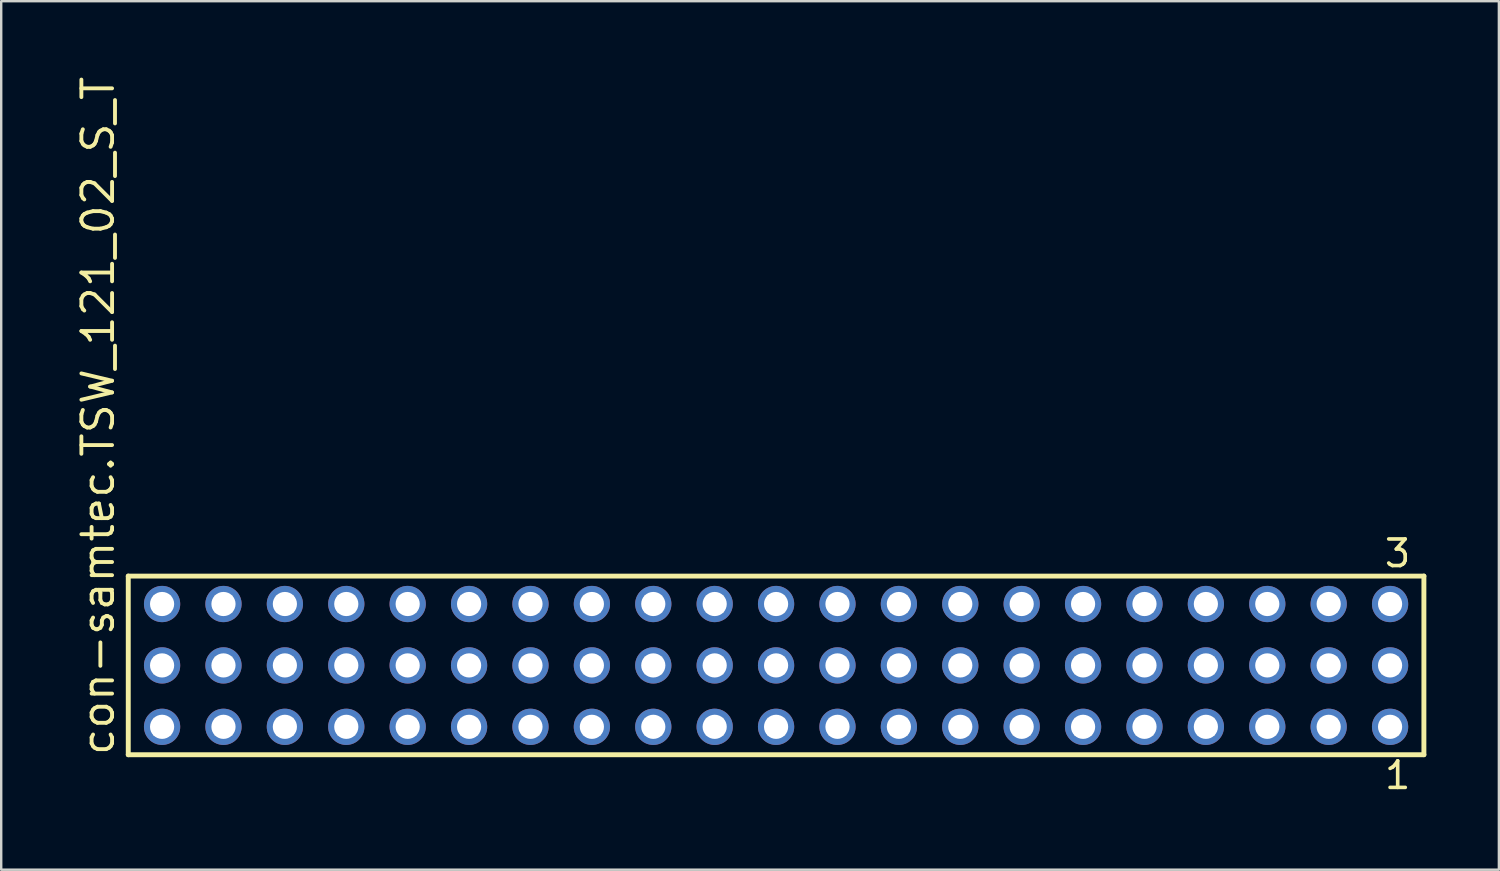
<source format=kicad_pcb>
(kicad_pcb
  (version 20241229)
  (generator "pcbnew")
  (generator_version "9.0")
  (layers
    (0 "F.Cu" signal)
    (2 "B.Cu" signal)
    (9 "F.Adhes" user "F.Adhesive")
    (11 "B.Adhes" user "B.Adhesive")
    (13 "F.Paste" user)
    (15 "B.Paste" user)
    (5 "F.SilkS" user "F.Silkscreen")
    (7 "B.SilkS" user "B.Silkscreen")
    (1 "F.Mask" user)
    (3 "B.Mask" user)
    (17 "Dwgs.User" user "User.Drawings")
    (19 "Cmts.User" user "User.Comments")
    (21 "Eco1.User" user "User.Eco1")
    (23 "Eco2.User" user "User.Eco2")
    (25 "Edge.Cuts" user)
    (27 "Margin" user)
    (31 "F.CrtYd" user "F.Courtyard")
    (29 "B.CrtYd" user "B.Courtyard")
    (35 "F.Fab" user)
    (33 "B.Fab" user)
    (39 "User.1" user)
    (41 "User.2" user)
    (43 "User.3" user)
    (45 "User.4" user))
  (footprint "con-samtec.TSW_121_02_S_T"
    (layer "F.Cu")
    (at 29.055 24.477)
    (property "Reference" "con-samtec.TSW_121_02_S_T" (at -27.305 3.81 90) (layer "F.SilkS") (effects (font (size 1.27 1.27) (thickness 0.16)) (justify left bottom)))
    (attr through_hole)
    (fp_line (start -26.799 -3.695) (end 26.799 -3.695) (stroke (width 0.203) (type default)) (layer "F.SilkS"))
    (fp_line (start -26.799 3.695) (end -26.799 -3.695) (stroke (width 0.203) (type default)) (layer "F.SilkS"))
    (fp_line (start 26.799 -3.695) (end 26.799 3.695) (stroke (width 0.203) (type default)) (layer "F.SilkS"))
    (fp_line (start 26.799 3.695) (end -26.799 3.695) (stroke (width 0.203) (type default)) (layer "F.SilkS"))
    (fp_rect (start -25.75 -2.19) (end -25.05 -2.89) (stroke (width 0.05) (type default)) (fill no) (layer "F.Fab"))
    (fp_rect (start -25.75 0.35) (end -25.05 -0.35) (stroke (width 0.05) (type default)) (fill no) (layer "F.Fab"))
    (fp_rect (start -25.75 2.89) (end -25.05 2.19) (stroke (width 0.05) (type default)) (fill no) (layer "F.Fab"))
    (fp_rect (start -23.21 -2.19) (end -22.51 -2.89) (stroke (width 0.05) (type default)) (fill no) (layer "F.Fab"))
    (fp_rect (start -23.21 0.35) (end -22.51 -0.35) (stroke (width 0.05) (type default)) (fill no) (layer "F.Fab"))
    (fp_rect (start -23.21 2.89) (end -22.51 2.19) (stroke (width 0.05) (type default)) (fill no) (layer "F.Fab"))
    (fp_rect (start -20.67 -2.19) (end -19.97 -2.89) (stroke (width 0.05) (type default)) (fill no) (layer "F.Fab"))
    (fp_rect (start -20.67 0.35) (end -19.97 -0.35) (stroke (width 0.05) (type default)) (fill no) (layer "F.Fab"))
    (fp_rect (start -20.67 2.89) (end -19.97 2.19) (stroke (width 0.05) (type default)) (fill no) (layer "F.Fab"))
    (fp_rect (start -18.13 -2.19) (end -17.43 -2.89) (stroke (width 0.05) (type default)) (fill no) (layer "F.Fab"))
    (fp_rect (start -18.13 0.35) (end -17.43 -0.35) (stroke (width 0.05) (type default)) (fill no) (layer "F.Fab"))
    (fp_rect (start -18.13 2.89) (end -17.43 2.19) (stroke (width 0.05) (type default)) (fill no) (layer "F.Fab"))
    (fp_rect (start -15.59 -2.19) (end -14.89 -2.89) (stroke (width 0.05) (type default)) (fill no) (layer "F.Fab"))
    (fp_rect (start -15.59 0.35) (end -14.89 -0.35) (stroke (width 0.05) (type default)) (fill no) (layer "F.Fab"))
    (fp_rect (start -15.59 2.89) (end -14.89 2.19) (stroke (width 0.05) (type default)) (fill no) (layer "F.Fab"))
    (fp_rect (start -13.05 -2.19) (end -12.35 -2.89) (stroke (width 0.05) (type default)) (fill no) (layer "F.Fab"))
    (fp_rect (start -13.05 0.35) (end -12.35 -0.35) (stroke (width 0.05) (type default)) (fill no) (layer "F.Fab"))
    (fp_rect (start -13.05 2.89) (end -12.35 2.19) (stroke (width 0.05) (type default)) (fill no) (layer "F.Fab"))
    (fp_rect (start -10.51 -2.19) (end -9.81 -2.89) (stroke (width 0.05) (type default)) (fill no) (layer "F.Fab"))
    (fp_rect (start -10.51 0.35) (end -9.81 -0.35) (stroke (width 0.05) (type default)) (fill no) (layer "F.Fab"))
    (fp_rect (start -10.51 2.89) (end -9.81 2.19) (stroke (width 0.05) (type default)) (fill no) (layer "F.Fab"))
    (fp_rect (start -7.97 -2.19) (end -7.27 -2.89) (stroke (width 0.05) (type default)) (fill no) (layer "F.Fab"))
    (fp_rect (start -7.97 0.35) (end -7.27 -0.35) (stroke (width 0.05) (type default)) (fill no) (layer "F.Fab"))
    (fp_rect (start -7.97 2.89) (end -7.27 2.19) (stroke (width 0.05) (type default)) (fill no) (layer "F.Fab"))
    (fp_rect (start -5.43 -2.19) (end -4.73 -2.89) (stroke (width 0.05) (type default)) (fill no) (layer "F.Fab"))
    (fp_rect (start -5.43 0.35) (end -4.73 -0.35) (stroke (width 0.05) (type default)) (fill no) (layer "F.Fab"))
    (fp_rect (start -5.43 2.89) (end -4.73 2.19) (stroke (width 0.05) (type default)) (fill no) (layer "F.Fab"))
    (fp_rect (start -2.89 -2.19) (end -2.19 -2.89) (stroke (width 0.05) (type default)) (fill no) (layer "F.Fab"))
    (fp_rect (start -2.89 0.35) (end -2.19 -0.35) (stroke (width 0.05) (type default)) (fill no) (layer "F.Fab"))
    (fp_rect (start -2.89 2.89) (end -2.19 2.19) (stroke (width 0.05) (type default)) (fill no) (layer "F.Fab"))
    (fp_rect (start -0.35 -2.19) (end 0.35 -2.89) (stroke (width 0.05) (type default)) (fill no) (layer "F.Fab"))
    (fp_rect (start -0.35 0.35) (end 0.35 -0.35) (stroke (width 0.05) (type default)) (fill no) (layer "F.Fab"))
    (fp_rect (start -0.35 2.89) (end 0.35 2.19) (stroke (width 0.05) (type default)) (fill no) (layer "F.Fab"))
    (fp_rect (start 2.19 -2.19) (end 2.89 -2.89) (stroke (width 0.05) (type default)) (fill no) (layer "F.Fab"))
    (fp_rect (start 2.19 0.35) (end 2.89 -0.35) (stroke (width 0.05) (type default)) (fill no) (layer "F.Fab"))
    (fp_rect (start 2.19 2.89) (end 2.89 2.19) (stroke (width 0.05) (type default)) (fill no) (layer "F.Fab"))
    (fp_rect (start 4.73 -2.19) (end 5.43 -2.89) (stroke (width 0.05) (type default)) (fill no) (layer "F.Fab"))
    (fp_rect (start 4.73 0.35) (end 5.43 -0.35) (stroke (width 0.05) (type default)) (fill no) (layer "F.Fab"))
    (fp_rect (start 4.73 2.89) (end 5.43 2.19) (stroke (width 0.05) (type default)) (fill no) (layer "F.Fab"))
    (fp_rect (start 7.27 -2.19) (end 7.97 -2.89) (stroke (width 0.05) (type default)) (fill no) (layer "F.Fab"))
    (fp_rect (start 7.27 0.35) (end 7.97 -0.35) (stroke (width 0.05) (type default)) (fill no) (layer "F.Fab"))
    (fp_rect (start 7.27 2.89) (end 7.97 2.19) (stroke (width 0.05) (type default)) (fill no) (layer "F.Fab"))
    (fp_rect (start 9.81 -2.19) (end 10.51 -2.89) (stroke (width 0.05) (type default)) (fill no) (layer "F.Fab"))
    (fp_rect (start 9.81 0.35) (end 10.51 -0.35) (stroke (width 0.05) (type default)) (fill no) (layer "F.Fab"))
    (fp_rect (start 9.81 2.89) (end 10.51 2.19) (stroke (width 0.05) (type default)) (fill no) (layer "F.Fab"))
    (fp_rect (start 12.35 -2.19) (end 13.05 -2.89) (stroke (width 0.05) (type default)) (fill no) (layer "F.Fab"))
    (fp_rect (start 12.35 0.35) (end 13.05 -0.35) (stroke (width 0.05) (type default)) (fill no) (layer "F.Fab"))
    (fp_rect (start 12.35 2.89) (end 13.05 2.19) (stroke (width 0.05) (type default)) (fill no) (layer "F.Fab"))
    (fp_rect (start 14.89 -2.19) (end 15.59 -2.89) (stroke (width 0.05) (type default)) (fill no) (layer "F.Fab"))
    (fp_rect (start 14.89 0.35) (end 15.59 -0.35) (stroke (width 0.05) (type default)) (fill no) (layer "F.Fab"))
    (fp_rect (start 14.89 2.89) (end 15.59 2.19) (stroke (width 0.05) (type default)) (fill no) (layer "F.Fab"))
    (fp_rect (start 17.43 -2.19) (end 18.13 -2.89) (stroke (width 0.05) (type default)) (fill no) (layer "F.Fab"))
    (fp_rect (start 17.43 0.35) (end 18.13 -0.35) (stroke (width 0.05) (type default)) (fill no) (layer "F.Fab"))
    (fp_rect (start 17.43 2.89) (end 18.13 2.19) (stroke (width 0.05) (type default)) (fill no) (layer "F.Fab"))
    (fp_rect (start 19.97 -2.19) (end 20.67 -2.89) (stroke (width 0.05) (type default)) (fill no) (layer "F.Fab"))
    (fp_rect (start 19.97 0.35) (end 20.67 -0.35) (stroke (width 0.05) (type default)) (fill no) (layer "F.Fab"))
    (fp_rect (start 19.97 2.89) (end 20.67 2.19) (stroke (width 0.05) (type default)) (fill no) (layer "F.Fab"))
    (fp_rect (start 22.51 -2.19) (end 23.21 -2.89) (stroke (width 0.05) (type default)) (fill no) (layer "F.Fab"))
    (fp_rect (start 22.51 0.35) (end 23.21 -0.35) (stroke (width 0.05) (type default)) (fill no) (layer "F.Fab"))
    (fp_rect (start 22.51 2.89) (end 23.21 2.19) (stroke (width 0.05) (type default)) (fill no) (layer "F.Fab"))
    (fp_rect (start 25.05 -2.19) (end 25.75 -2.89) (stroke (width 0.05) (type default)) (fill no) (layer "F.Fab"))
    (fp_rect (start 25.05 0.35) (end 25.75 -0.35) (stroke (width 0.05) (type default)) (fill no) (layer "F.Fab"))
    (fp_rect (start 25.05 2.89) (end 25.75 2.19) (stroke (width 0.05) (type default)) (fill no) (layer "F.Fab"))
    (fp_text user "3" (at 25.088 -3.989 0) (layer "F.SilkS") (effects (font (size 1.1 1.1) (thickness 0.15)) (justify left bottom)))
    (fp_text user "1" (at 25.092 5.188 0) (layer "F.SilkS") (effects (font (size 1.1 1.1) (thickness 0.15)) (justify left bottom)))
    (pad "1" thru_hole circle (at 25.4 2.54 180) (size 1.5 1.5) (drill 1) (layers "*.Cu" "*.Mask"))
    (pad "2" thru_hole circle (at 25.4 0 180) (size 1.5 1.5) (drill 1) (layers "*.Cu" "*.Mask"))
    (pad "3" thru_hole circle (at 25.4 -2.54 180) (size 1.5 1.5) (drill 1) (layers "*.Cu" "*.Mask"))
    (pad "4" thru_hole circle (at 22.86 2.54 180) (size 1.5 1.5) (drill 1) (layers "*.Cu" "*.Mask"))
    (pad "5" thru_hole circle (at 22.86 0 180) (size 1.5 1.5) (drill 1) (layers "*.Cu" "*.Mask"))
    (pad "6" thru_hole circle (at 22.86 -2.54 180) (size 1.5 1.5) (drill 1) (layers "*.Cu" "*.Mask"))
    (pad "7" thru_hole circle (at 20.32 2.54 180) (size 1.5 1.5) (drill 1) (layers "*.Cu" "*.Mask"))
    (pad "8" thru_hole circle (at 20.32 0 180) (size 1.5 1.5) (drill 1) (layers "*.Cu" "*.Mask"))
    (pad "9" thru_hole circle (at 20.32 -2.54 180) (size 1.5 1.5) (drill 1) (layers "*.Cu" "*.Mask"))
    (pad "10" thru_hole circle (at 17.78 2.54 180) (size 1.5 1.5) (drill 1) (layers "*.Cu" "*.Mask"))
    (pad "11" thru_hole circle (at 17.78 0 180) (size 1.5 1.5) (drill 1) (layers "*.Cu" "*.Mask"))
    (pad "12" thru_hole circle (at 17.78 -2.54 180) (size 1.5 1.5) (drill 1) (layers "*.Cu" "*.Mask"))
    (pad "13" thru_hole circle (at 15.24 2.54 180) (size 1.5 1.5) (drill 1) (layers "*.Cu" "*.Mask"))
    (pad "14" thru_hole circle (at 15.24 0 180) (size 1.5 1.5) (drill 1) (layers "*.Cu" "*.Mask"))
    (pad "15" thru_hole circle (at 15.24 -2.54 180) (size 1.5 1.5) (drill 1) (layers "*.Cu" "*.Mask"))
    (pad "16" thru_hole circle (at 12.7 2.54 180) (size 1.5 1.5) (drill 1) (layers "*.Cu" "*.Mask"))
    (pad "17" thru_hole circle (at 12.7 0 180) (size 1.5 1.5) (drill 1) (layers "*.Cu" "*.Mask"))
    (pad "18" thru_hole circle (at 12.7 -2.54 180) (size 1.5 1.5) (drill 1) (layers "*.Cu" "*.Mask"))
    (pad "19" thru_hole circle (at 10.16 2.54 180) (size 1.5 1.5) (drill 1) (layers "*.Cu" "*.Mask"))
    (pad "20" thru_hole circle (at 10.16 0 180) (size 1.5 1.5) (drill 1) (layers "*.Cu" "*.Mask"))
    (pad "21" thru_hole circle (at 10.16 -2.54 180) (size 1.5 1.5) (drill 1) (layers "*.Cu" "*.Mask"))
    (pad "22" thru_hole circle (at 7.62 2.54 180) (size 1.5 1.5) (drill 1) (layers "*.Cu" "*.Mask"))
    (pad "23" thru_hole circle (at 7.62 0 180) (size 1.5 1.5) (drill 1) (layers "*.Cu" "*.Mask"))
    (pad "24" thru_hole circle (at 7.62 -2.54 180) (size 1.5 1.5) (drill 1) (layers "*.Cu" "*.Mask"))
    (pad "25" thru_hole circle (at 5.08 2.54 180) (size 1.5 1.5) (drill 1) (layers "*.Cu" "*.Mask"))
    (pad "26" thru_hole circle (at 5.08 0 180) (size 1.5 1.5) (drill 1) (layers "*.Cu" "*.Mask"))
    (pad "27" thru_hole circle (at 5.08 -2.54 180) (size 1.5 1.5) (drill 1) (layers "*.Cu" "*.Mask"))
    (pad "28" thru_hole circle (at 2.54 2.54 180) (size 1.5 1.5) (drill 1) (layers "*.Cu" "*.Mask"))
    (pad "29" thru_hole circle (at 2.54 0 180) (size 1.5 1.5) (drill 1) (layers "*.Cu" "*.Mask"))
    (pad "30" thru_hole circle (at 2.54 -2.54 180) (size 1.5 1.5) (drill 1) (layers "*.Cu" "*.Mask"))
    (pad "31" thru_hole circle (at 0 2.54 180) (size 1.5 1.5) (drill 1) (layers "*.Cu" "*.Mask"))
    (pad "32" thru_hole circle (at 0 0 180) (size 1.5 1.5) (drill 1) (layers "*.Cu" "*.Mask"))
    (pad "33" thru_hole circle (at 0 -2.54 180) (size 1.5 1.5) (drill 1) (layers "*.Cu" "*.Mask"))
    (pad "34" thru_hole circle (at -2.54 2.54 180) (size 1.5 1.5) (drill 1) (layers "*.Cu" "*.Mask"))
    (pad "35" thru_hole circle (at -2.54 0 180) (size 1.5 1.5) (drill 1) (layers "*.Cu" "*.Mask"))
    (pad "36" thru_hole circle (at -2.54 -2.54 180) (size 1.5 1.5) (drill 1) (layers "*.Cu" "*.Mask"))
    (pad "37" thru_hole circle (at -5.08 2.54 180) (size 1.5 1.5) (drill 1) (layers "*.Cu" "*.Mask"))
    (pad "38" thru_hole circle (at -5.08 0 180) (size 1.5 1.5) (drill 1) (layers "*.Cu" "*.Mask"))
    (pad "39" thru_hole circle (at -5.08 -2.54 180) (size 1.5 1.5) (drill 1) (layers "*.Cu" "*.Mask"))
    (pad "40" thru_hole circle (at -7.62 2.54 180) (size 1.5 1.5) (drill 1) (layers "*.Cu" "*.Mask"))
    (pad "41" thru_hole circle (at -7.62 0 180) (size 1.5 1.5) (drill 1) (layers "*.Cu" "*.Mask"))
    (pad "42" thru_hole circle (at -7.62 -2.54 180) (size 1.5 1.5) (drill 1) (layers "*.Cu" "*.Mask"))
    (pad "43" thru_hole circle (at -10.16 2.54 180) (size 1.5 1.5) (drill 1) (layers "*.Cu" "*.Mask"))
    (pad "44" thru_hole circle (at -10.16 0 180) (size 1.5 1.5) (drill 1) (layers "*.Cu" "*.Mask"))
    (pad "45" thru_hole circle (at -10.16 -2.54 180) (size 1.5 1.5) (drill 1) (layers "*.Cu" "*.Mask"))
    (pad "46" thru_hole circle (at -12.7 2.54 180) (size 1.5 1.5) (drill 1) (layers "*.Cu" "*.Mask"))
    (pad "47" thru_hole circle (at -12.7 0 180) (size 1.5 1.5) (drill 1) (layers "*.Cu" "*.Mask"))
    (pad "48" thru_hole circle (at -12.7 -2.54 180) (size 1.5 1.5) (drill 1) (layers "*.Cu" "*.Mask"))
    (pad "49" thru_hole circle (at -15.24 2.54 180) (size 1.5 1.5) (drill 1) (layers "*.Cu" "*.Mask"))
    (pad "50" thru_hole circle (at -15.24 0 180) (size 1.5 1.5) (drill 1) (layers "*.Cu" "*.Mask"))
    (pad "51" thru_hole circle (at -15.24 -2.54 180) (size 1.5 1.5) (drill 1) (layers "*.Cu" "*.Mask"))
    (pad "52" thru_hole circle (at -17.78 2.54 180) (size 1.5 1.5) (drill 1) (layers "*.Cu" "*.Mask"))
    (pad "53" thru_hole circle (at -17.78 0 180) (size 1.5 1.5) (drill 1) (layers "*.Cu" "*.Mask"))
    (pad "54" thru_hole circle (at -17.78 -2.54 180) (size 1.5 1.5) (drill 1) (layers "*.Cu" "*.Mask"))
    (pad "55" thru_hole circle (at -20.32 2.54 180) (size 1.5 1.5) (drill 1) (layers "*.Cu" "*.Mask"))
    (pad "56" thru_hole circle (at -20.32 0 180) (size 1.5 1.5) (drill 1) (layers "*.Cu" "*.Mask"))
    (pad "57" thru_hole circle (at -20.32 -2.54 180) (size 1.5 1.5) (drill 1) (layers "*.Cu" "*.Mask"))
    (pad "58" thru_hole circle (at -22.86 2.54 180) (size 1.5 1.5) (drill 1) (layers "*.Cu" "*.Mask"))
    (pad "59" thru_hole circle (at -22.86 0 180) (size 1.5 1.5) (drill 1) (layers "*.Cu" "*.Mask"))
    (pad "60" thru_hole circle (at -22.86 -2.54 180) (size 1.5 1.5) (drill 1) (layers "*.Cu" "*.Mask"))
    (pad "61" thru_hole circle (at -25.4 2.54 180) (size 1.5 1.5) (drill 1) (layers "*.Cu" "*.Mask"))
    (pad "62" thru_hole circle (at -25.4 0 180) (size 1.5 1.5) (drill 1) (layers "*.Cu" "*.Mask"))
    (pad "63" thru_hole circle (at -25.4 -2.54 180) (size 1.5 1.5) (drill 1) (layers "*.Cu" "*.Mask")))
  (gr_rect
    (start -3 -3)
    (end 58.956 32.928)
    (stroke (width 0.1) (type default))
    (fill no)
    (layer "Edge.Cuts")))
</source>
